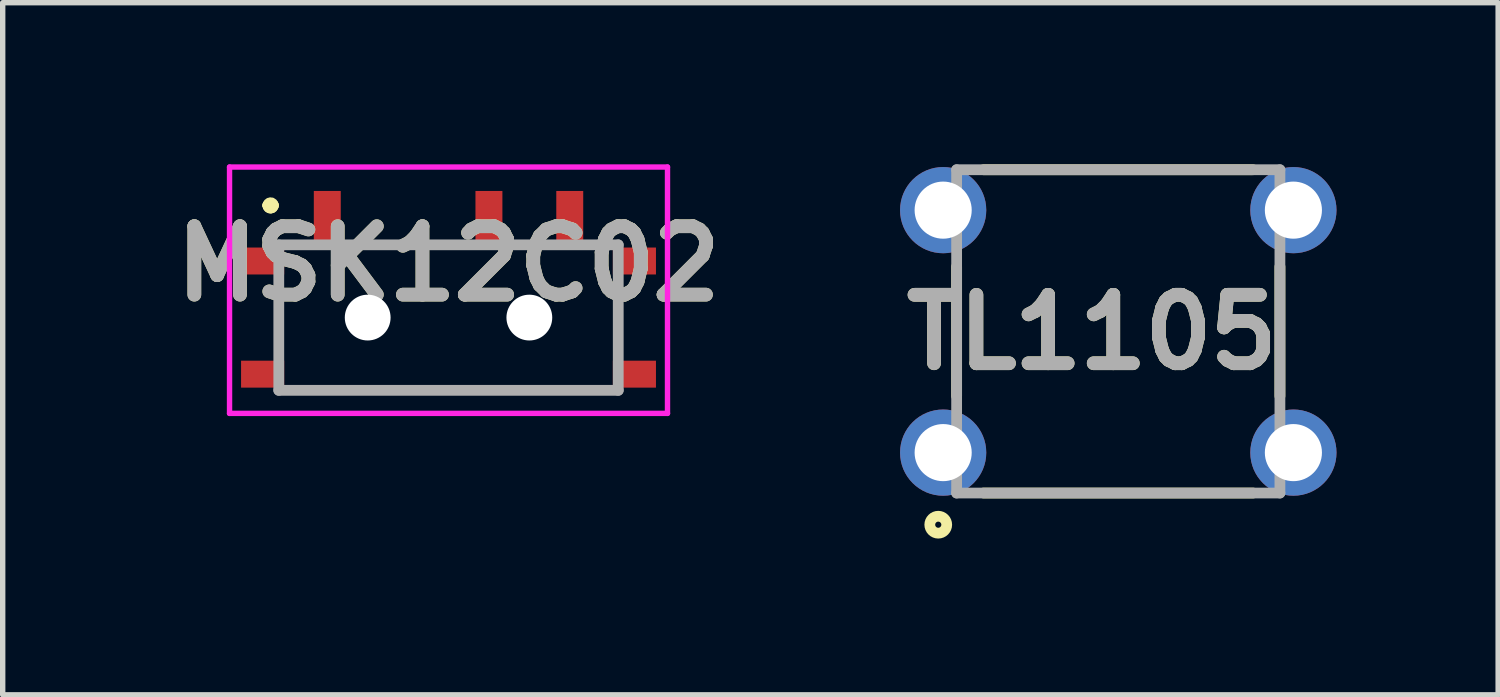
<source format=kicad_pcb>
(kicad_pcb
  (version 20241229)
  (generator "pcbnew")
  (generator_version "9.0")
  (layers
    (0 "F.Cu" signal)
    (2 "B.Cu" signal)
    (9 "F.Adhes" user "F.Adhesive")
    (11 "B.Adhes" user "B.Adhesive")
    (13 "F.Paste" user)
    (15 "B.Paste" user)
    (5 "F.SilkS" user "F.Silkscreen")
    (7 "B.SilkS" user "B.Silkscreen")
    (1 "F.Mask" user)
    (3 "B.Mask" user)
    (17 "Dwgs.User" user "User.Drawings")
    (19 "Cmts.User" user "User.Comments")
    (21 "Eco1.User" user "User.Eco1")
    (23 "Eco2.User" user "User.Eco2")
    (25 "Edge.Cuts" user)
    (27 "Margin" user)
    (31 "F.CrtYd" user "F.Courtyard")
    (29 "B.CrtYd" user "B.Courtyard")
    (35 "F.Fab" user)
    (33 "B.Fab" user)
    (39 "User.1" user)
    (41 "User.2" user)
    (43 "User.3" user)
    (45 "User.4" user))
  (footprint "TL1105"
    (layer "F.Cu")
    (at 17.704 3.1)
    (property "Reference" "TL1105" (at -0.486 0.017 0) (layer "F.SilkS") (effects (font (size 1.27 1.27) (thickness 0.254))))
    (attr through_hole)
    (fp_line (start -3 -1.2) (end -3 1.2) (stroke (width 0.2) (type solid)) (layer "F.SilkS"))
    (fp_line (start -2.5 -3) (end 2.5 -3) (stroke (width 0.2) (type solid)) (layer "F.SilkS"))
    (fp_line (start -2.5 3) (end 2.5 3) (stroke (width 0.2) (type solid)) (layer "F.SilkS"))
    (fp_line (start 3 -1.2) (end 3 1.2) (stroke (width 0.2) (type solid)) (layer "F.SilkS"))
    (fp_circle (center -3.341 3.588) (end -3.341 3.645) (stroke (width 0.2) (type solid)) (fill no) (layer "F.SilkS"))
    (fp_line (start -3 -3) (end 3 -3) (stroke (width 0.2) (type solid)) (layer "F.Fab"))
    (fp_line (start -3 3) (end -3 -3) (stroke (width 0.2) (type solid)) (layer "F.Fab"))
    (fp_line (start 3 -3) (end 3 3) (stroke (width 0.2) (type solid)) (layer "F.Fab"))
    (fp_line (start 3 3) (end -3 3) (stroke (width 0.2) (type solid)) (layer "F.Fab"))
    (fp_text user "${REFERENCE}" (at -0.486 0.017 0) (layer "F.Fab") (effects (font (size 1.27 1.27) (thickness 0.254))))
    (pad "1" thru_hole circle (at -3.25 2.25) (size 1.6 1.6) (drill 1.06) (layers "*.Cu" "*.Mask"))
    (pad "2" thru_hole circle (at 3.25 2.25) (size 1.6 1.6) (drill 1.06) (layers "*.Cu" "*.Mask"))
    (pad "3" thru_hole circle (at -3.25 -2.25) (size 1.6 1.6) (drill 1.06) (layers "*.Cu" "*.Mask"))
    (pad "4" thru_hole circle (at 3.25 -2.25) (size 1.6 1.6) (drill 1.06) (layers "*.Cu" "*.Mask")))
  (footprint "MSK12C02"
    (layer "F.Cu")
    (at 5.274 2.844)
    (property "Reference" "MSK12C02" (at 0 -1 0) (layer "F.SilkS") (effects (font (size 1.27 1.27) (thickness 0.254))))
    (attr through_hole)
    (fp_line (start -3.352 -2.082) (end -3.352 -2.082) (stroke (width 0.2) (type solid)) (layer "F.SilkS"))
    (fp_line (start -3.352 -2.082) (end -3.352 -2.082) (stroke (width 0.2) (type solid)) (layer "F.SilkS"))
    (fp_line (start -3.252 -2.082) (end -3.252 -2.082) (stroke (width 0.2) (type solid)) (layer "F.SilkS"))
    (fp_line (start -3.15 -0.25) (end -3.15 -0.25) (stroke (width 0.1) (type solid)) (layer "F.SilkS"))
    (fp_line (start -3.15 -0.25) (end -3.15 0.25) (stroke (width 0.1) (type solid)) (layer "F.SilkS"))
    (fp_line (start -3.15 0.25) (end -3.15 -0.25) (stroke (width 0.1) (type solid)) (layer "F.SilkS"))
    (fp_line (start -3.15 0.25) (end -3.15 0.25) (stroke (width 0.1) (type solid)) (layer "F.SilkS"))
    (fp_line (start -2.5 1.35) (end -2.5 1.35) (stroke (width 0.1) (type solid)) (layer "F.SilkS"))
    (fp_line (start -2.5 1.35) (end 2.5 1.35) (stroke (width 0.1) (type solid)) (layer "F.SilkS"))
    (fp_line (start -1.25 -1.35) (end -1.25 -1.35) (stroke (width 0.1) (type solid)) (layer "F.SilkS"))
    (fp_line (start -1.25 -1.35) (end -0.25 -1.35) (stroke (width 0.1) (type solid)) (layer "F.SilkS"))
    (fp_line (start -0.25 -1.35) (end -1.25 -1.35) (stroke (width 0.1) (type solid)) (layer "F.SilkS"))
    (fp_line (start -0.25 -1.35) (end -0.25 -1.35) (stroke (width 0.1) (type solid)) (layer "F.SilkS"))
    (fp_line (start 2.5 1.35) (end -2.5 1.35) (stroke (width 0.1) (type solid)) (layer "F.SilkS"))
    (fp_line (start 2.5 1.35) (end 2.5 1.35) (stroke (width 0.1) (type solid)) (layer "F.SilkS"))
    (fp_line (start 3.15 -0.25) (end 3.15 -0.25) (stroke (width 0.1) (type solid)) (layer "F.SilkS"))
    (fp_line (start 3.15 -0.25) (end 3.15 0.25) (stroke (width 0.1) (type solid)) (layer "F.SilkS"))
    (fp_line (start 3.15 0.25) (end 3.15 -0.25) (stroke (width 0.1) (type solid)) (layer "F.SilkS"))
    (fp_line (start 3.15 0.25) (end 3.15 0.25) (stroke (width 0.1) (type solid)) (layer "F.SilkS"))
    (fp_arc (start -3.352 -2.082) (mid -3.302 -2.132) (end -3.252 -2.082) (stroke (width 0.2) (type solid)) (layer "F.SilkS"))
    (fp_arc (start -3.252 -2.082) (mid -3.302 -2.032) (end -3.352 -2.082) (stroke (width 0.2) (type solid)) (layer "F.SilkS"))
    (fp_arc (start -3.252 -2.082) (mid -3.302 -2.032) (end -3.352 -2.082) (stroke (width 0.2) (type solid)) (layer "F.SilkS"))
    (fp_line (start -4.064 -2.794) (end 4.064 -2.794) (stroke (width 0.1) (type solid)) (layer "F.CrtYd"))
    (fp_line (start -4.064 1.778) (end -4.064 -2.794) (stroke (width 0.1) (type solid)) (layer "F.CrtYd"))
    (fp_line (start 4.064 -2.794) (end 4.064 1.778) (stroke (width 0.1) (type solid)) (layer "F.CrtYd"))
    (fp_line (start 4.064 1.778) (end -4.064 1.778) (stroke (width 0.1) (type solid)) (layer "F.CrtYd"))
    (fp_line (start -3.15 -1.35) (end -3.15 1.35) (stroke (width 0.2) (type solid)) (layer "F.Fab"))
    (fp_line (start -3.15 1.35) (end 3.15 1.35) (stroke (width 0.2) (type solid)) (layer "F.Fab"))
    (fp_line (start 3.15 -1.35) (end -3.15 -1.35) (stroke (width 0.2) (type solid)) (layer "F.Fab"))
    (fp_line (start 3.15 1.35) (end 3.15 -1.35) (stroke (width 0.2) (type solid)) (layer "F.Fab"))
    (fp_text user "${REFERENCE}" (at 0 -1 0) (layer "F.Fab") (effects (font (size 1.27 1.27) (thickness 0.254))))
    (pad "" np_thru_hole circle (at -1.5 0) (size 0.85 0.85) (drill 0.85) (layers "*.Cu" "*.Mask"))
    (pad "" np_thru_hole circle (at 1.5 0) (size 0.85 0.85) (drill 0.85) (layers "*.Cu" "*.Mask"))
    (pad "A1" smd rect (at -2.25 -1.85) (size 0.5 1) (layers "F.Cu" "F.Mask" "F.Paste"))
    (pad "B1" smd rect (at 0.75 -1.85) (size 0.5 1) (layers "F.Cu" "F.Mask" "F.Paste"))
    (pad "C1" smd rect (at 2.25 -1.85) (size 0.5 1) (layers "F.Cu" "F.Mask" "F.Paste"))
    (pad "MP1" smd rect (at 3.45 -1.05 90) (size 0.5 0.8) (layers "F.Cu" "F.Mask" "F.Paste"))
    (pad "MP2" smd rect (at 3.45 1.05 90) (size 0.5 0.8) (layers "F.Cu" "F.Mask" "F.Paste"))
    (pad "MP3" smd rect (at -3.45 1.05 90) (size 0.5 0.8) (layers "F.Cu" "F.Mask" "F.Paste"))
    (pad "MP4" smd rect (at -3.45 -1.05 90) (size 0.5 0.8) (layers "F.Cu" "F.Mask" "F.Paste")))
  (gr_rect
    (start -3 -3)
    (end 24.754 9.845)
    (stroke (width 0.1) (type default))
    (fill no)
    (layer "Edge.Cuts")))
</source>
